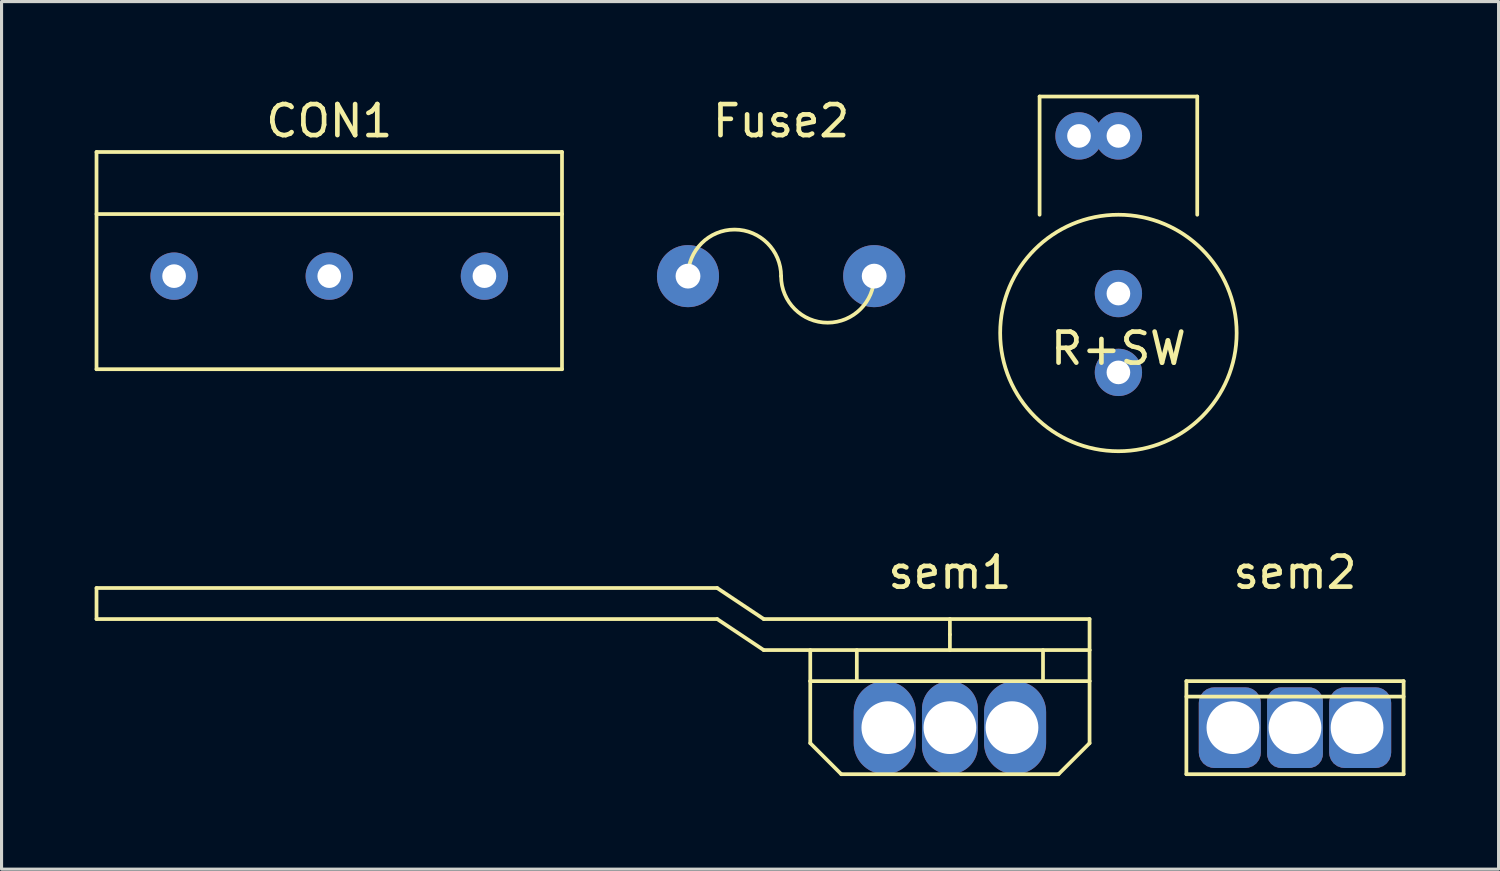
<source format=kicad_pcb>
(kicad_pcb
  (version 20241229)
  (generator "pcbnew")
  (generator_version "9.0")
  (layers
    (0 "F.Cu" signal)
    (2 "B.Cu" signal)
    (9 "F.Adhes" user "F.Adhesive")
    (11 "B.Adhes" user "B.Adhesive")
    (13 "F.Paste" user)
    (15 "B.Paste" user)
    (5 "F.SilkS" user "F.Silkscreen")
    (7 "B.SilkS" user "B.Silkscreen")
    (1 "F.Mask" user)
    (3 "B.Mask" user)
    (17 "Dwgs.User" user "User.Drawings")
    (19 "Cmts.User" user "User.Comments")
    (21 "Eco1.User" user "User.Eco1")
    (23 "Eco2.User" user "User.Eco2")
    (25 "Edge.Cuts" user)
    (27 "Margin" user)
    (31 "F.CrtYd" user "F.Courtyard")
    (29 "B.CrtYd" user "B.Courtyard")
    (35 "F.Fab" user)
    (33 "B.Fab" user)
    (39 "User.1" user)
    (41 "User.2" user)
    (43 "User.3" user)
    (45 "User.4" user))
  (footprint "R+SW"
    (layer "F.Cu")
    (at 32.99 7.68)
    (property "Reference" "R+SW" (at 0 0.5 0) (layer "F.SilkS") (effects (font (size 1 1) (thickness 0.15))))
    (attr through_hole)
    (fp_line (start -2.54 -7.62) (end 2.54 -7.62) (stroke (width 0.12) (type solid)) (layer "F.SilkS"))
    (fp_line (start -2.54 -3.81) (end -2.54 -7.62) (stroke (width 0.12) (type solid)) (layer "F.SilkS"))
    (fp_line (start 2.54 -7.62) (end 2.54 -3.81) (stroke (width 0.12) (type solid)) (layer "F.SilkS"))
    (fp_circle (center 0 0) (end 3.81 0) (stroke (width 0.12) (type solid)) (fill no) (layer "F.SilkS"))
    (pad "1" thru_hole circle (at -1.27 -6.35) (size 1.524 1.524) (drill 0.762) (layers "*.Cu" "*.Mask"))
    (pad "2" thru_hole circle (at 0 -6.35) (size 1.524 1.524) (drill 0.762) (layers "*.Cu" "*.Mask"))
    (pad "3" thru_hole circle (at 0 -1.27) (size 1.524 1.524) (drill 0.762) (layers "*.Cu" "*.Mask"))
    (pad "4" thru_hole circle (at 0 1.27) (size 1.524 1.524) (drill 0.762) (layers "*.Cu" "*.Mask")))
  (footprint "Fuse2"
    (layer "F.Cu")
    (at 22.12 5.848)
    (property "Reference" "Fuse2" (at 0 -5 0) (layer "F.SilkS") (effects (font (size 1 1) (thickness 0.15))))
    (attr through_hole)
    (fp_arc (start -3 0) (mid -1.5 -1.5) (end 0 0) (stroke (width 0.12) (type solid)) (layer "F.SilkS"))
    (fp_arc (start 3 0) (mid 1.5 1.5) (end 0 0) (stroke (width 0.12) (type solid)) (layer "F.SilkS"))
    (pad "1" thru_hole circle (at -3 0) (size 2 2) (drill 0.8) (layers "*.Mask" "B.Cu"))
    (pad "2" thru_hole circle (at 3 0) (size 2 2) (drill 0.8) (layers "*.Mask" "B.Cu")))
  (footprint "sem1"
    (layer "F.Cu")
    (at 27.56 20.398)
    (property "Reference" "sem1" (at 0 -5 0) (layer "F.SilkS") (effects (font (size 1 1) (thickness 0.15))))
    (attr through_hole)
    (fp_line (start -27.5 -4.5) (end -7.5 -4.5) (stroke (width 0.12) (type solid)) (layer "F.SilkS"))
    (fp_line (start -27.5 -3.5) (end -27.5 -4.5) (stroke (width 0.12) (type solid)) (layer "F.SilkS"))
    (fp_line (start -7.5 -4.5) (end -6 -3.5) (stroke (width 0.12) (type solid)) (layer "F.SilkS"))
    (fp_line (start -7.5 -3.5) (end -27.5 -3.5) (stroke (width 0.12) (type solid)) (layer "F.SilkS"))
    (fp_line (start -7.5 -3.5) (end -6 -2.5) (stroke (width 0.12) (type solid)) (layer "F.SilkS"))
    (fp_line (start -6 -2.5) (end 4.5 -2.5) (stroke (width 0.12) (type solid)) (layer "F.SilkS"))
    (fp_line (start -4.5 -1.5) (end -4.5 -2.5) (stroke (width 0.12) (type solid)) (layer "F.SilkS"))
    (fp_line (start -4.5 -1.5) (end -4.5 0.5) (stroke (width 0.12) (type solid)) (layer "F.SilkS"))
    (fp_line (start -4.5 0.5) (end -3.5 1.5) (stroke (width 0.12) (type solid)) (layer "F.SilkS"))
    (fp_line (start -3 -2.5) (end -3 -1.5) (stroke (width 0.12) (type solid)) (layer "F.SilkS"))
    (fp_line (start 0 -3.5) (end 0 -3) (stroke (width 0.12) (type solid)) (layer "F.SilkS"))
    (fp_line (start 0 -3) (end 0 -2.5) (stroke (width 0.12) (type solid)) (layer "F.SilkS"))
    (fp_line (start 3 -2.5) (end 3 -1.5) (stroke (width 0.12) (type solid)) (layer "F.SilkS"))
    (fp_line (start 3.5 1.5) (end -3.5 1.5) (stroke (width 0.12) (type solid)) (layer "F.SilkS"))
    (fp_line (start 3.5 1.5) (end 4.5 0.5) (stroke (width 0.12) (type solid)) (layer "F.SilkS"))
    (fp_line (start 4.5 -3.5) (end -6 -3.5) (stroke (width 0.12) (type solid)) (layer "F.SilkS"))
    (fp_line (start 4.5 -2.5) (end 4.5 -3.5) (stroke (width 0.12) (type solid)) (layer "F.SilkS"))
    (fp_line (start 4.5 -2.5) (end 4.5 -1.5) (stroke (width 0.12) (type solid)) (layer "F.SilkS"))
    (fp_line (start 4.5 -1.5) (end -4.5 -1.5) (stroke (width 0.12) (type solid)) (layer "F.SilkS"))
    (fp_line (start 4.5 0.5) (end 4.5 -1.5) (stroke (width 0.12) (type solid)) (layer "F.SilkS"))
    (pad "1" thru_hole oval (at -2 0) (size 2 3) (drill 1.7 (offset -0.1 0)) (layers "*.Mask" "B.Cu"))
    (pad "2" thru_hole oval (at 0 0) (size 1.8 3) (drill 1.7) (layers "*.Mask" "B.Cu"))
    (pad "3" thru_hole oval (at 2 0) (size 2 3) (drill 1.7 (offset 0.1 0)) (layers "*.Mask" "B.Cu")))
  (footprint "CON1"
    (layer "F.Cu")
    (at 7.56 5.848)
    (property "Reference" "CON1" (at 0 -5 0) (layer "F.SilkS") (effects (font (size 1 1) (thickness 0.15))))
    (attr through_hole)
    (fp_line (start -7.5 -4) (end -7.5 3) (stroke (width 0.12) (type solid)) (layer "F.SilkS"))
    (fp_line (start -7.5 -4) (end 7.5 -4) (stroke (width 0.12) (type solid)) (layer "F.SilkS"))
    (fp_line (start -7.5 -2) (end 7.5 -2) (stroke (width 0.12) (type solid)) (layer "F.SilkS"))
    (fp_line (start 7.5 -4) (end 7.5 3) (stroke (width 0.12) (type solid)) (layer "F.SilkS"))
    (fp_line (start 7.5 3) (end -7.5 3) (stroke (width 0.12) (type solid)) (layer "F.SilkS"))
    (pad "1" thru_hole circle (at -5 0) (size 1.524 1.524) (drill 0.762) (layers "*.Mask" "B.Cu"))
    (pad "2" thru_hole circle (at 0 0) (size 1.524 1.524) (drill 0.762) (layers "*.Mask" "B.Cu"))
    (pad "3" thru_hole circle (at 5 0) (size 1.524 1.524) (drill 0.762) (layers "*.Mask" "B.Cu")))
  (footprint "sem2"
    (layer "F.Cu")
    (at 38.68 20.398)
    (property "Reference" "sem2" (at 0 -5 0) (layer "F.SilkS") (effects (font (size 1 1) (thickness 0.15))))
    (attr through_hole)
    (fp_line (start -3.5 -1.5) (end 3.5 -1.5) (stroke (width 0.12) (type solid)) (layer "F.SilkS"))
    (fp_line (start -3.5 -1) (end 3.5 -1) (stroke (width 0.12) (type solid)) (layer "F.SilkS"))
    (fp_line (start -3.5 1.5) (end -3.5 -1.5) (stroke (width 0.12) (type solid)) (layer "F.SilkS"))
    (fp_line (start 3.5 -1.5) (end 3.5 1.5) (stroke (width 0.12) (type solid)) (layer "F.SilkS"))
    (fp_line (start 3.5 1.5) (end -3.5 1.5) (stroke (width 0.12) (type solid)) (layer "F.SilkS"))
    (pad "1" thru_hole roundrect (at -2 0) (size 2 2.6) (drill 1.7 (offset -0.1 0)) (layers "*.Mask" "B.Cu") (roundrect_rratio 0.25))
    (pad "2" thru_hole roundrect (at 0 0) (size 1.8 2.6) (drill 1.7) (layers "*.Mask" "B.Cu") (roundrect_rratio 0.25))
    (pad "3" thru_hole roundrect (at 2 0) (size 2 2.6) (drill 1.7 (offset 0.1 0)) (layers "*.Mask" "B.Cu") (roundrect_rratio 0.25)))
  (gr_rect
    (start -3 -3)
    (end 45.24 24.958)
    (stroke (width 0.1) (type default))
    (fill no)
    (layer "Edge.Cuts")))
</source>
